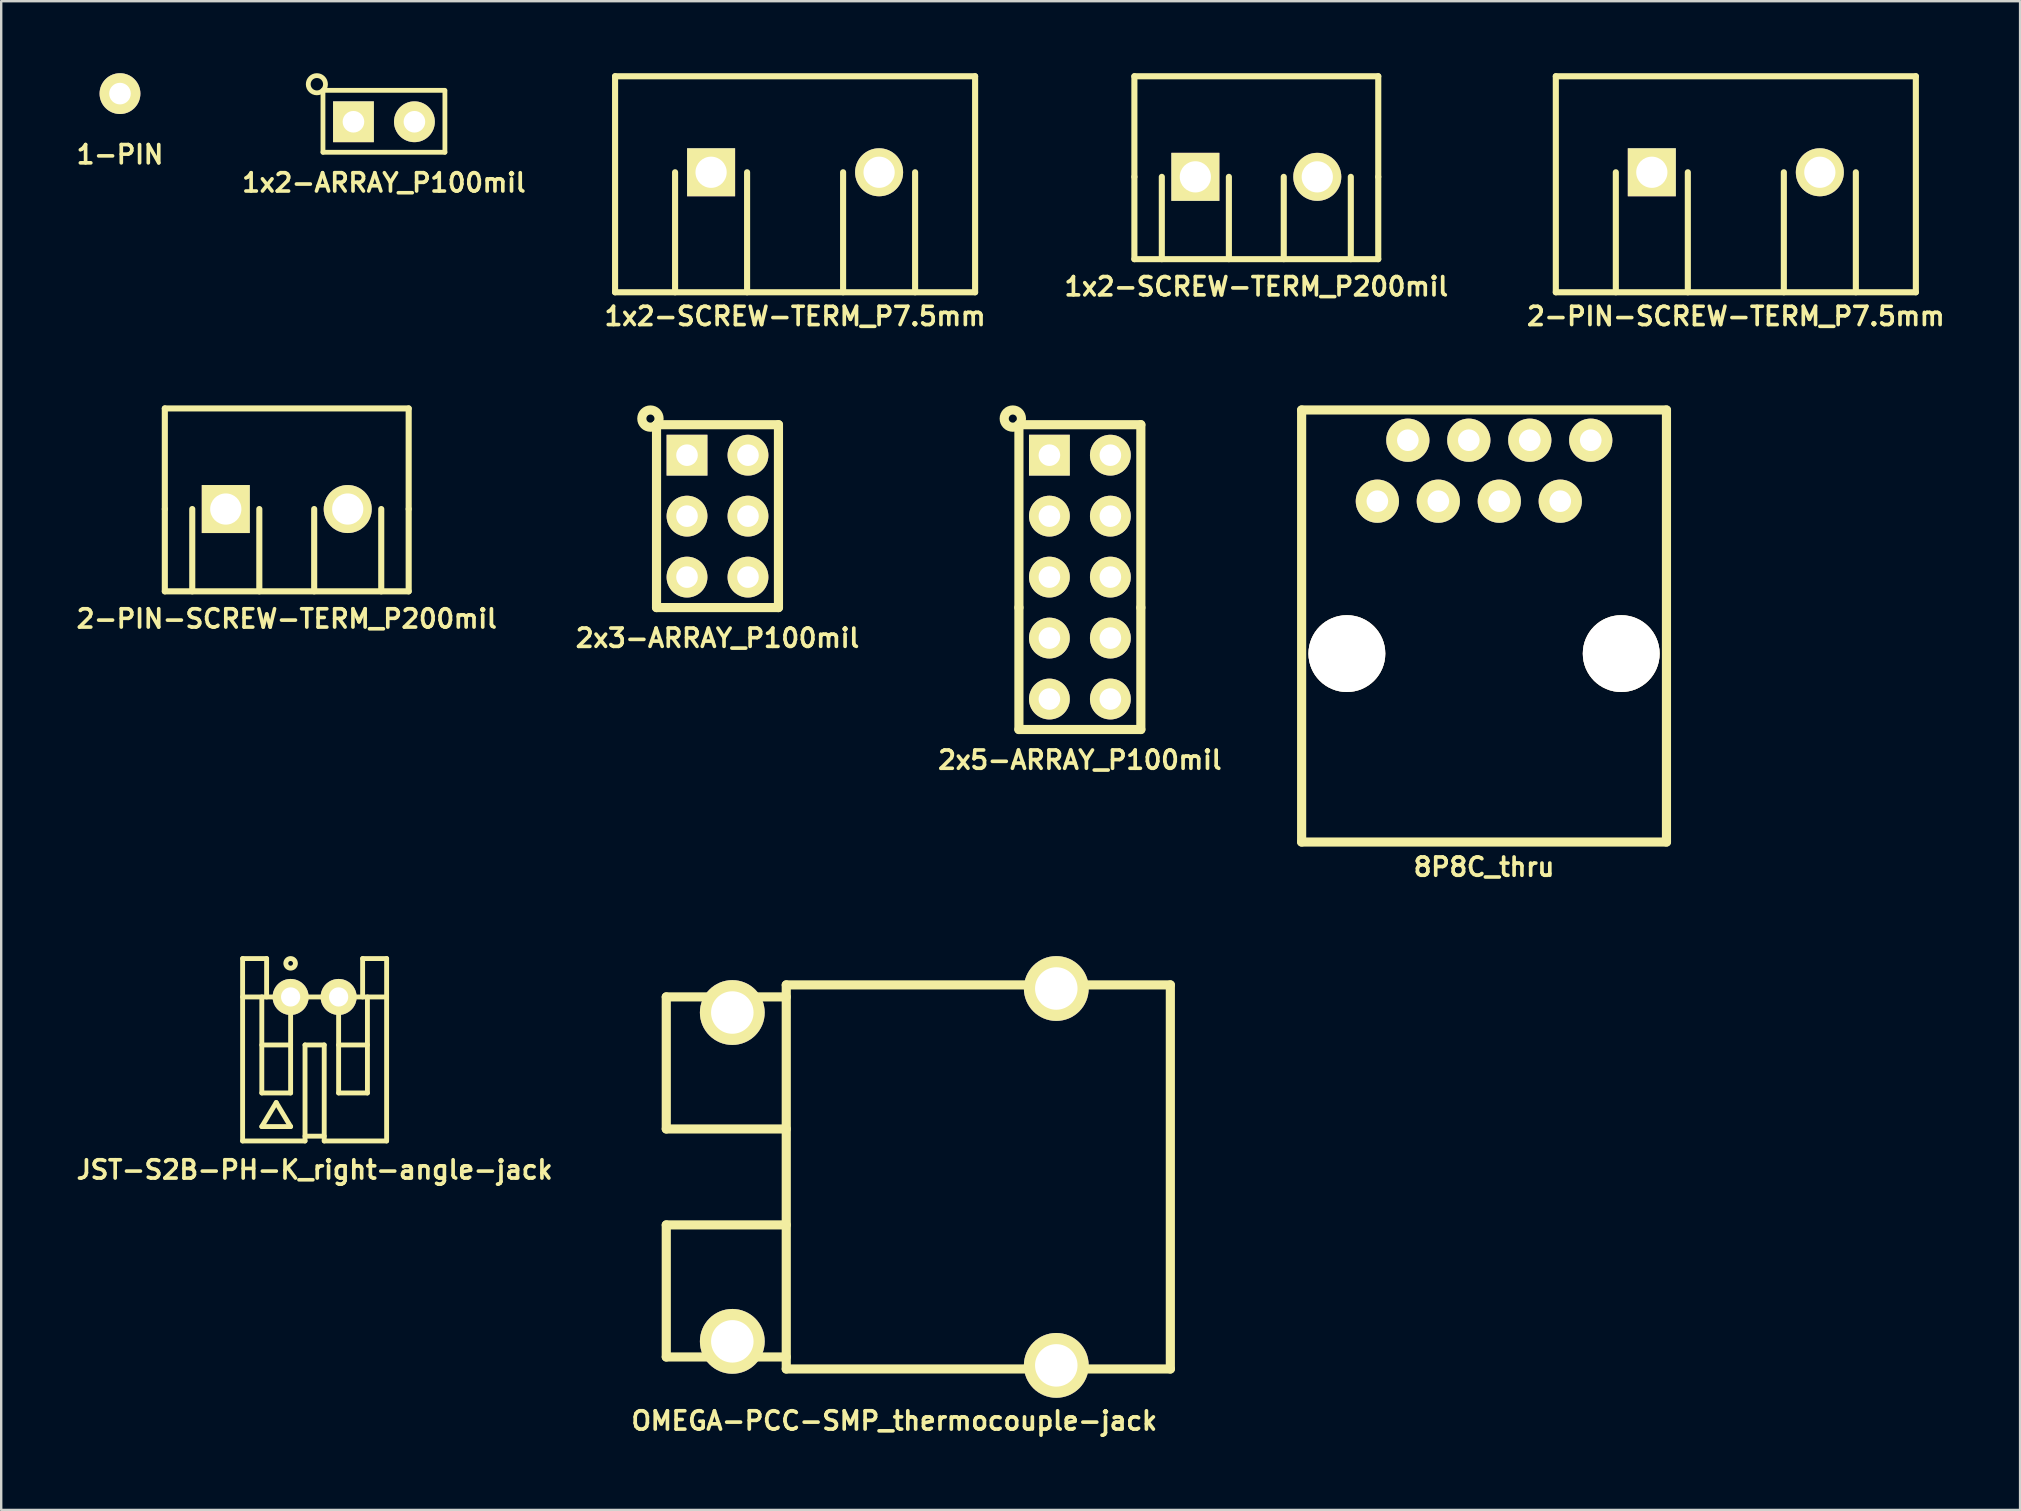
<source format=kicad_pcb>
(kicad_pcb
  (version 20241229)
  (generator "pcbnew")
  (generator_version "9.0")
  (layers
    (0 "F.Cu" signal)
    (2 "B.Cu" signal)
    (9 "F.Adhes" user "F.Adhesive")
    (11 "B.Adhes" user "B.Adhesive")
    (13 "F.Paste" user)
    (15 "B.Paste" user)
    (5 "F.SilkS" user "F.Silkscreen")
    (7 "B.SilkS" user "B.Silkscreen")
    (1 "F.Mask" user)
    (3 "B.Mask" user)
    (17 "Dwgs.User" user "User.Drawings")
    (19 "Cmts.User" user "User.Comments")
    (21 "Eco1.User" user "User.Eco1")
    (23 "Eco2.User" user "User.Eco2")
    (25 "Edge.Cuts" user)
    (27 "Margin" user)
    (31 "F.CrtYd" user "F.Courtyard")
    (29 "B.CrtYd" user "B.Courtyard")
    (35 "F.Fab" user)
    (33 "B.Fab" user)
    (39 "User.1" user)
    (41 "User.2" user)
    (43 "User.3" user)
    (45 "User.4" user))
  (footprint "OMEGA-PCC-SMP_thermocouple-jack"
    (layer "F.Cu")
    (at 34.209 45.985)
    (property "Reference" "OMEGA-PCC-SMP_thermocouple-jack" (at 0 10.16 0) (layer "F.SilkS") (effects (font (size 0.762 0.762) (thickness 0.152))))
    (attr through_hole)
    (fp_line (start -9.5 -7.501) (end -9.5 -1.999) (stroke (width 0.381) (type solid)) (layer "F.SilkS"))
    (fp_line (start -9.5 -1.999) (end -4.501 -1.999) (stroke (width 0.381) (type solid)) (layer "F.SilkS"))
    (fp_line (start -9.5 1.999) (end -9.5 7.501) (stroke (width 0.381) (type solid)) (layer "F.SilkS"))
    (fp_line (start -9.5 7.501) (end -4.501 7.501) (stroke (width 0.381) (type solid)) (layer "F.SilkS"))
    (fp_line (start -4.501 -8.001) (end -4.501 8.001) (stroke (width 0.381) (type solid)) (layer "F.SilkS"))
    (fp_line (start -4.501 -7.501) (end -9.5 -7.501) (stroke (width 0.381) (type solid)) (layer "F.SilkS"))
    (fp_line (start -4.501 1.999) (end -9.5 1.999) (stroke (width 0.381) (type solid)) (layer "F.SilkS"))
    (fp_line (start -4.501 8.001) (end 11.501 8.001) (stroke (width 0.381) (type solid)) (layer "F.SilkS"))
    (fp_line (start 11.501 -8.001) (end -4.501 -8.001) (stroke (width 0.381) (type solid)) (layer "F.SilkS"))
    (fp_line (start 11.501 -8.001) (end 11.501 8.001) (stroke (width 0.381) (type solid)) (layer "F.SilkS"))
    (pad "" thru_hole circle (at 6.749 -7.851) (size 2.7 2.7) (drill 1.77) (layers "*.Cu" "*.Mask" "F.SilkS"))
    (pad "" thru_hole circle (at 6.749 7.851) (size 2.7 2.7) (drill 1.77) (layers "*.Cu" "*.Mask" "F.SilkS"))
    (pad "1" thru_hole circle (at -6.749 -6.85) (size 2.7 2.7) (drill 1.77) (layers "*.Cu" "*.Mask" "F.SilkS"))
    (pad "2" thru_hole circle (at -6.749 6.85) (size 2.7 2.7) (drill 1.77) (layers "*.Cu" "*.Mask" "F.SilkS")))
  (footprint "2x3-ARRAY_P100mil"
    (layer "F.Cu")
    (at 26.843 18.454)
    (property "Reference" "2x3-ARRAY_P100mil" (at 0 5.08 0) (layer "F.SilkS") (effects (font (size 0.762 0.762) (thickness 0.152))))
    (attr through_hole)
    (fp_line (start -2.54 -3.81) (end -2.54 3.81) (stroke (width 0.381) (type solid)) (layer "F.SilkS"))
    (fp_line (start -2.54 3.81) (end 2.54 3.81) (stroke (width 0.381) (type solid)) (layer "F.SilkS"))
    (fp_line (start 2.54 -3.81) (end -2.54 -3.81) (stroke (width 0.381) (type solid)) (layer "F.SilkS"))
    (fp_line (start 2.54 3.81) (end 2.54 -3.81) (stroke (width 0.381) (type solid)) (layer "F.SilkS"))
    (fp_circle (center -2.794 -4.064) (end -2.54 -3.81) (stroke (width 0.381) (type solid)) (fill no) (layer "F.SilkS"))
    (pad "1" thru_hole rect (at -1.27 -2.54) (size 1.7 1.7) (drill 0.9) (layers "*.Cu" "*.Mask" "F.SilkS"))
    (pad "2" thru_hole circle (at 1.27 -2.54) (size 1.7 1.7) (drill 0.9) (layers "*.Cu" "*.Mask" "F.SilkS"))
    (pad "3" thru_hole circle (at -1.27 0) (size 1.7 1.7) (drill 0.9) (layers "*.Cu" "*.Mask" "F.SilkS"))
    (pad "4" thru_hole circle (at 1.27 0) (size 1.7 1.7) (drill 0.9) (layers "*.Cu" "*.Mask" "F.SilkS"))
    (pad "5" thru_hole circle (at -1.27 2.54) (size 1.7 1.7) (drill 0.9) (layers "*.Cu" "*.Mask" "F.SilkS"))
    (pad "6" thru_hole circle (at 1.27 2.54) (size 1.7 1.7) (drill 0.9) (layers "*.Cu" "*.Mask" "F.SilkS")))
  (footprint "1x2-ARRAY_P100mil"
    (layer "F.Cu")
    (at 12.946 2.023)
    (property "Reference" "1x2-ARRAY_P100mil" (at 0 2.54 0) (layer "F.SilkS") (effects (font (size 0.762 0.762) (thickness 0.152))))
    (attr through_hole)
    (fp_line (start -2.54 1.27) (end -2.54 -1.27) (stroke (width 0.2) (type solid)) (layer "F.SilkS"))
    (fp_line (start 2.54 -1.31) (end -2.54 -1.31) (stroke (width 0.2) (type solid)) (layer "F.SilkS"))
    (fp_line (start 2.54 -1.27) (end 2.54 1.27) (stroke (width 0.2) (type solid)) (layer "F.SilkS"))
    (fp_line (start 2.54 1.27) (end -2.54 1.27) (stroke (width 0.2) (type solid)) (layer "F.SilkS"))
    (fp_circle (center -2.794 -1.564) (end -2.54 -1.31) (stroke (width 0.2) (type solid)) (fill no) (layer "F.SilkS"))
    (pad "1" thru_hole rect (at -1.27 0) (size 1.7 1.7) (drill 0.9) (layers "*.Cu" "*.Mask" "F.SilkS"))
    (pad "2" thru_hole circle (at 1.27 0) (size 1.7 1.7) (drill 0.9) (layers "*.Cu" "*.Mask" "F.SilkS")))
  (footprint "2-PIN-SCREW-TERM_P7.5mm"
    (layer "F.Cu")
    (at 69.27 4.127)
    (property "Reference" "2-PIN-SCREW-TERM_P7.5mm" (at 0 6 0) (layer "F.SilkS") (effects (font (size 0.762 0.762) (thickness 0.152))))
    (attr through_hole)
    (fp_line (start -7.5 -4) (end 7.5 -4) (stroke (width 0.254) (type solid)) (layer "F.SilkS"))
    (fp_line (start -7.5 5) (end -7.5 -4) (stroke (width 0.254) (type solid)) (layer "F.SilkS"))
    (fp_line (start -5 0) (end -5 5) (stroke (width 0.254) (type solid)) (layer "F.SilkS"))
    (fp_line (start -2 0) (end -2 5) (stroke (width 0.254) (type solid)) (layer "F.SilkS"))
    (fp_line (start 2 0) (end 2 5) (stroke (width 0.254) (type solid)) (layer "F.SilkS"))
    (fp_line (start 5 0) (end 5 5) (stroke (width 0.254) (type solid)) (layer "F.SilkS"))
    (fp_line (start 7.5 -4) (end 7.5 5) (stroke (width 0.254) (type solid)) (layer "F.SilkS"))
    (fp_line (start 7.5 5) (end -7.5 5) (stroke (width 0.254) (type solid)) (layer "F.SilkS"))
    (pad "1" thru_hole rect (at -3.5 0) (size 2 2) (drill 1.3) (layers "*.Cu" "*.Mask" "F.SilkS"))
    (pad "2" thru_hole circle (at 3.5 0) (size 2 2) (drill 1.3) (layers "*.Cu" "*.Mask" "F.SilkS")))
  (footprint "1x2-SCREW-TERM_P7.5mm"
    (layer "F.Cu")
    (at 30.076 4.127)
    (property "Reference" "1x2-SCREW-TERM_P7.5mm" (at 0 6 0) (layer "F.SilkS") (effects (font (size 0.762 0.762) (thickness 0.152))))
    (attr through_hole)
    (fp_line (start -7.5 -4) (end 7.5 -4) (stroke (width 0.254) (type solid)) (layer "F.SilkS"))
    (fp_line (start -7.5 5) (end -7.5 -4) (stroke (width 0.254) (type solid)) (layer "F.SilkS"))
    (fp_line (start -5 0) (end -5 5) (stroke (width 0.254) (type solid)) (layer "F.SilkS"))
    (fp_line (start -2 0) (end -2 5) (stroke (width 0.254) (type solid)) (layer "F.SilkS"))
    (fp_line (start 2 0) (end 2 5) (stroke (width 0.254) (type solid)) (layer "F.SilkS"))
    (fp_line (start 5 0) (end 5 5) (stroke (width 0.254) (type solid)) (layer "F.SilkS"))
    (fp_line (start 7.5 -4) (end 7.5 5) (stroke (width 0.254) (type solid)) (layer "F.SilkS"))
    (fp_line (start 7.5 5) (end -7.5 5) (stroke (width 0.254) (type solid)) (layer "F.SilkS"))
    (pad "1" thru_hole rect (at -3.5 0) (size 2 2) (drill 1.3) (layers "*.Cu" "*.Mask" "F.SilkS"))
    (pad "2" thru_hole circle (at 3.5 0) (size 2 2) (drill 1.3) (layers "*.Cu" "*.Mask" "F.SilkS")))
  (footprint "2x5-ARRAY_P100mil"
    (layer "F.Cu")
    (at 41.941 20.994)
    (property "Reference" "2x5-ARRAY_P100mil" (at 0 7.62 0) (layer "F.SilkS") (effects (font (size 0.762 0.762) (thickness 0.152))))
    (attr through_hole)
    (fp_line (start -2.54 -6.35) (end -2.54 1.27) (stroke (width 0.381) (type solid)) (layer "F.SilkS"))
    (fp_line (start -2.54 6.35) (end -2.54 1.27) (stroke (width 0.381) (type solid)) (layer "F.SilkS"))
    (fp_line (start 2.54 -6.35) (end -2.54 -6.35) (stroke (width 0.381) (type solid)) (layer "F.SilkS"))
    (fp_line (start 2.54 1.27) (end 2.54 -6.35) (stroke (width 0.381) (type solid)) (layer "F.SilkS"))
    (fp_line (start 2.54 6.35) (end -2.54 6.35) (stroke (width 0.381) (type solid)) (layer "F.SilkS"))
    (fp_line (start 2.54 6.35) (end 2.54 1.27) (stroke (width 0.381) (type solid)) (layer "F.SilkS"))
    (fp_circle (center -2.794 -6.604) (end -2.54 -6.35) (stroke (width 0.381) (type solid)) (fill no) (layer "F.SilkS"))
    (pad "1" thru_hole rect (at -1.27 -5.08) (size 1.7 1.7) (drill 0.9) (layers "*.Cu" "*.Mask" "F.SilkS"))
    (pad "2" thru_hole circle (at 1.27 -5.08) (size 1.7 1.7) (drill 0.9) (layers "*.Cu" "*.Mask" "F.SilkS"))
    (pad "3" thru_hole circle (at -1.27 -2.54) (size 1.7 1.7) (drill 0.9) (layers "*.Cu" "*.Mask" "F.SilkS"))
    (pad "4" thru_hole circle (at 1.27 -2.54) (size 1.7 1.7) (drill 0.9) (layers "*.Cu" "*.Mask" "F.SilkS"))
    (pad "5" thru_hole circle (at -1.27 0) (size 1.7 1.7) (drill 0.9) (layers "*.Cu" "*.Mask" "F.SilkS"))
    (pad "6" thru_hole circle (at 1.27 0) (size 1.7 1.7) (drill 0.9) (layers "*.Cu" "*.Mask" "F.SilkS"))
    (pad "7" thru_hole circle (at -1.27 2.54) (size 1.7 1.7) (drill 0.9) (layers "*.Cu" "*.Mask" "F.SilkS"))
    (pad "8" thru_hole circle (at 1.27 2.54) (size 1.7 1.7) (drill 0.9) (layers "*.Cu" "*.Mask" "F.SilkS"))
    (pad "9" thru_hole circle (at -1.27 5.08) (size 1.7 1.7) (drill 0.9) (layers "*.Cu" "*.Mask" "F.SilkS"))
    (pad "10" thru_hole circle (at 1.27 5.08) (size 1.7 1.7) (drill 0.9) (layers "*.Cu" "*.Mask" "F.SilkS")))
  (footprint "1-PIN"
    (layer "F.Cu")
    (at 1.949 0.85)
    (property "Reference" "1-PIN" (at 0 2.54 0) (layer "F.SilkS") (effects (font (size 0.762 0.762) (thickness 0.152))))
    (attr through_hole)
    (pad "1" thru_hole circle (at 0 0) (size 1.7 1.7) (drill 0.9) (layers "*.Cu" "*.Mask" "F.SilkS")))
  (footprint "8P8C_thru"
    (layer "F.Cu")
    (at 58.78 16.561)
    (property "Reference" "8P8C_thru" (at 0 16.51 0) (layer "F.SilkS") (effects (font (size 0.762 0.762) (thickness 0.152))))
    (attr through_hole)
    (fp_line (start -7.6 -2.53) (end -7.6 15.47) (stroke (width 0.381) (type solid)) (layer "F.SilkS"))
    (fp_line (start -7.6 15.47) (end 7.6 15.47) (stroke (width 0.381) (type solid)) (layer "F.SilkS"))
    (fp_line (start 7.6 -2.53) (end -7.6 -2.53) (stroke (width 0.381) (type solid)) (layer "F.SilkS"))
    (fp_line (start 7.6 15.47) (end 7.6 -2.53) (stroke (width 0.381) (type solid)) (layer "F.SilkS"))
    (pad "" thru_hole circle (at -5.715 7.62 270) (size 3.2 3.2) (drill 3.2) (layers "*.Cu" "*.Mask" "F.SilkS"))
    (pad "" thru_hole circle (at 5.715 7.62 270) (size 3.2 3.2) (drill 3.2) (layers "*.Cu" "*.Mask" "F.SilkS"))
    (pad "1" thru_hole circle (at -4.445 1.27 270) (size 1.8 1.8) (drill 0.9) (layers "*.Cu" "*.Mask" "F.SilkS"))
    (pad "2" thru_hole circle (at -3.175 -1.27 270) (size 1.8 1.8) (drill 0.9) (layers "*.Cu" "*.Mask" "F.SilkS"))
    (pad "3" thru_hole circle (at -1.905 1.27 270) (size 1.8 1.8) (drill 0.9) (layers "*.Cu" "*.Mask" "F.SilkS"))
    (pad "4" thru_hole circle (at -0.635 -1.27 270) (size 1.8 1.8) (drill 0.9) (layers "*.Cu" "*.Mask" "F.SilkS"))
    (pad "5" thru_hole circle (at 0.635 1.27 270) (size 1.8 1.8) (drill 0.9) (layers "*.Cu" "*.Mask" "F.SilkS"))
    (pad "6" thru_hole circle (at 1.905 -1.27 270) (size 1.8 1.8) (drill 0.9) (layers "*.Cu" "*.Mask" "F.SilkS"))
    (pad "7" thru_hole circle (at 3.175 1.27 270) (size 1.8 1.8) (drill 0.9) (layers "*.Cu" "*.Mask" "F.SilkS"))
    (pad "8" thru_hole circle (at 4.445 -1.27 270) (size 1.8 1.8) (drill 0.9) (layers "*.Cu" "*.Mask" "F.SilkS")))
  (footprint "1x2-SCREW-TERM_P200mil"
    (layer "F.Cu")
    (at 49.292 4.318)
    (property "Reference" "1x2-SCREW-TERM_P200mil" (at 0 4.572 0) (layer "F.SilkS") (effects (font (size 0.762 0.762) (thickness 0.152))))
    (attr through_hole)
    (fp_line (start -5.08 -4.191) (end 5.08 -4.191) (stroke (width 0.254) (type solid)) (layer "F.SilkS"))
    (fp_line (start -5.08 0) (end -5.08 -4.191) (stroke (width 0.254) (type solid)) (layer "F.SilkS"))
    (fp_line (start -5.08 3.429) (end -5.08 0) (stroke (width 0.254) (type solid)) (layer "F.SilkS"))
    (fp_line (start -3.937 0) (end -3.937 3.429) (stroke (width 0.254) (type solid)) (layer "F.SilkS"))
    (fp_line (start -1.143 0) (end -1.143 3.429) (stroke (width 0.254) (type solid)) (layer "F.SilkS"))
    (fp_line (start 1.143 0) (end 1.143 3.429) (stroke (width 0.254) (type solid)) (layer "F.SilkS"))
    (fp_line (start 3.937 0) (end 3.937 3.429) (stroke (width 0.254) (type solid)) (layer "F.SilkS"))
    (fp_line (start 5.08 -4.191) (end 5.08 0) (stroke (width 0.254) (type solid)) (layer "F.SilkS"))
    (fp_line (start 5.08 0) (end 5.08 3.429) (stroke (width 0.254) (type solid)) (layer "F.SilkS"))
    (fp_line (start 5.08 3.429) (end -5.08 3.429) (stroke (width 0.254) (type solid)) (layer "F.SilkS"))
    (pad "1" thru_hole rect (at -2.54 0) (size 2 2) (drill 1.3) (layers "*.Cu" "*.Mask" "F.SilkS"))
    (pad "2" thru_hole circle (at 2.54 0) (size 2 2) (drill 1.3) (layers "*.Cu" "*.Mask" "F.SilkS")))
  (footprint "2-PIN-SCREW-TERM_P200mil"
    (layer "F.Cu")
    (at 8.897 18.158)
    (property "Reference" "2-PIN-SCREW-TERM_P200mil" (at 0 4.572 0) (layer "F.SilkS") (effects (font (size 0.762 0.762) (thickness 0.152))))
    (attr through_hole)
    (fp_line (start -5.08 -4.191) (end 5.08 -4.191) (stroke (width 0.254) (type solid)) (layer "F.SilkS"))
    (fp_line (start -5.08 0) (end -5.08 -4.191) (stroke (width 0.254) (type solid)) (layer "F.SilkS"))
    (fp_line (start -5.08 3.429) (end -5.08 0) (stroke (width 0.254) (type solid)) (layer "F.SilkS"))
    (fp_line (start -3.937 0) (end -3.937 3.429) (stroke (width 0.254) (type solid)) (layer "F.SilkS"))
    (fp_line (start -1.143 0) (end -1.143 3.429) (stroke (width 0.254) (type solid)) (layer "F.SilkS"))
    (fp_line (start 1.143 0) (end 1.143 3.429) (stroke (width 0.254) (type solid)) (layer "F.SilkS"))
    (fp_line (start 3.937 0) (end 3.937 3.429) (stroke (width 0.254) (type solid)) (layer "F.SilkS"))
    (fp_line (start 5.08 -4.191) (end 5.08 0) (stroke (width 0.254) (type solid)) (layer "F.SilkS"))
    (fp_line (start 5.08 0) (end 5.08 3.429) (stroke (width 0.254) (type solid)) (layer "F.SilkS"))
    (fp_line (start 5.08 3.429) (end -5.08 3.429) (stroke (width 0.254) (type solid)) (layer "F.SilkS"))
    (pad "1" thru_hole rect (at -2.54 0) (size 2 2) (drill 1.3) (layers "*.Cu" "*.Mask" "F.SilkS"))
    (pad "2" thru_hole circle (at 2.54 0) (size 2 2) (drill 1.3) (layers "*.Cu" "*.Mask" "F.SilkS")))
  (footprint "JST-S2B-PH-K_right-angle-jack"
    (layer "F.Cu")
    (at 10.058 40.686)
    (property "Reference" "JST-S2B-PH-K_right-angle-jack" (at 0 5 0) (layer "F.SilkS") (effects (font (size 0.762 0.762) (thickness 0.152))))
    (attr through_hole)
    (fp_line (start -3 -3.8) (end -2 -3.8) (stroke (width 0.203) (type solid)) (layer "F.SilkS"))
    (fp_line (start -3 -2.2) (end 3 -2.2) (stroke (width 0.203) (type solid)) (layer "F.SilkS"))
    (fp_line (start -3 3.8) (end -3 -3.8) (stroke (width 0.203) (type solid)) (layer "F.SilkS"))
    (fp_line (start -2.2 -2.2) (end -2.2 1.8) (stroke (width 0.203) (type solid)) (layer "F.SilkS"))
    (fp_line (start -2.2 1.8) (end -1 1.8) (stroke (width 0.203) (type solid)) (layer "F.SilkS"))
    (fp_line (start -2.2 3.2) (end -1 3.2) (stroke (width 0.203) (type solid)) (layer "F.SilkS"))
    (fp_line (start -2 -3.8) (end -2 -2.2) (stroke (width 0.203) (type solid)) (layer "F.SilkS"))
    (fp_line (start -1.6 2.2) (end -2.2 3.2) (stroke (width 0.203) (type solid)) (layer "F.SilkS"))
    (fp_line (start -1 -0.2) (end -2.2 -0.2) (stroke (width 0.203) (type solid)) (layer "F.SilkS"))
    (fp_line (start -1 1.8) (end -1 -2.2) (stroke (width 0.203) (type solid)) (layer "F.SilkS"))
    (fp_line (start -1 3.2) (end -1.6 2.2) (stroke (width 0.203) (type solid)) (layer "F.SilkS"))
    (fp_line (start -0.4 -0.2) (end 0.4 -0.2) (stroke (width 0.203) (type solid)) (layer "F.SilkS"))
    (fp_line (start -0.4 3.8) (end -3 3.8) (stroke (width 0.203) (type solid)) (layer "F.SilkS"))
    (fp_line (start -0.4 3.8) (end -0.4 -0.2) (stroke (width 0.203) (type solid)) (layer "F.SilkS"))
    (fp_line (start 0.4 -0.2) (end 0.4 3.8) (stroke (width 0.203) (type solid)) (layer "F.SilkS"))
    (fp_line (start 0.4 3.6) (end -0.4 3.6) (stroke (width 0.203) (type solid)) (layer "F.SilkS"))
    (fp_line (start 0.4 3.8) (end 3 3.8) (stroke (width 0.203) (type solid)) (layer "F.SilkS"))
    (fp_line (start 1 -2.2) (end 1 1.8) (stroke (width 0.203) (type solid)) (layer "F.SilkS"))
    (fp_line (start 1 1.8) (end 2.2 1.8) (stroke (width 0.203) (type solid)) (layer "F.SilkS"))
    (fp_line (start 2 -3.8) (end 2 -2.2) (stroke (width 0.203) (type solid)) (layer "F.SilkS"))
    (fp_line (start 2.2 -0.2) (end 1 -0.2) (stroke (width 0.203) (type solid)) (layer "F.SilkS"))
    (fp_line (start 2.2 1.8) (end 2.2 -2.2) (stroke (width 0.203) (type solid)) (layer "F.SilkS"))
    (fp_line (start 3 -3.8) (end 2 -3.8) (stroke (width 0.203) (type solid)) (layer "F.SilkS"))
    (fp_line (start 3 3.8) (end 3 -3.8) (stroke (width 0.203) (type solid)) (layer "F.SilkS"))
    (fp_circle (center -1 -3.6) (end -1 -3.4) (stroke (width 0.203) (type solid)) (fill no) (layer "F.SilkS"))
    (pad "1" thru_hole circle (at -1 -2.2 270) (size 1.5 1.5) (drill 0.8) (layers "*.Cu" "*.Mask" "F.SilkS"))
    (pad "2" thru_hole circle (at 1 -2.2 270) (size 1.5 1.5) (drill 0.8) (layers "*.Cu" "*.Mask" "F.SilkS")))
  (gr_rect
    (start -3 -3)
    (end 81.113 59.858)
    (stroke (width 0.1) (type default))
    (fill no)
    (layer "Edge.Cuts")))
</source>
